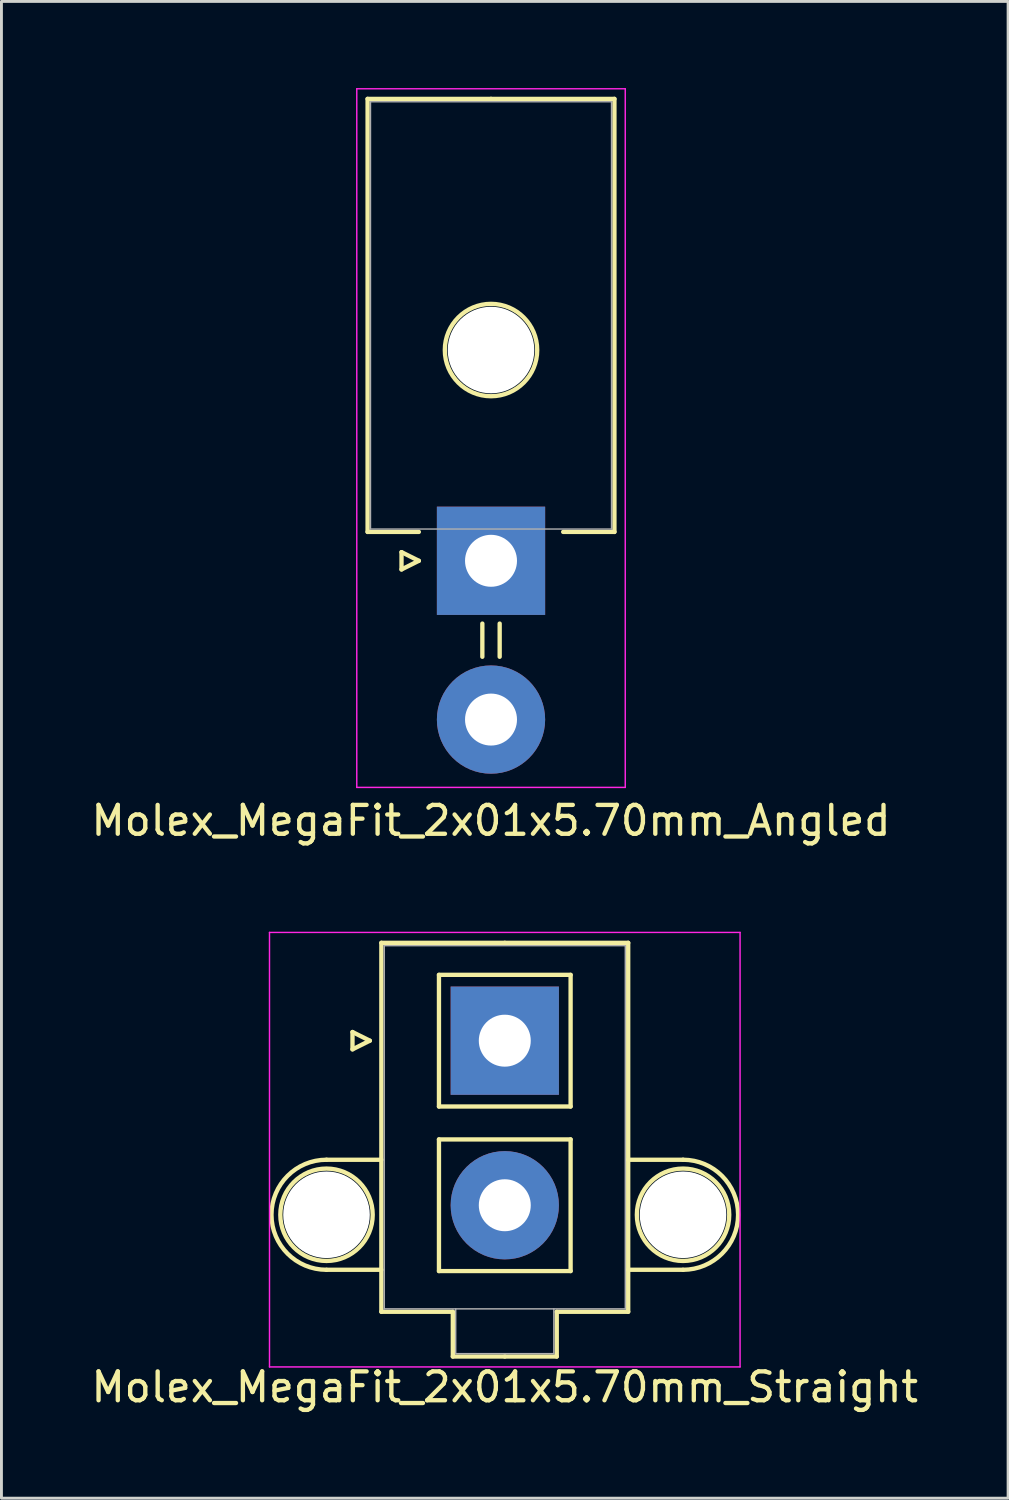
<source format=kicad_pcb>
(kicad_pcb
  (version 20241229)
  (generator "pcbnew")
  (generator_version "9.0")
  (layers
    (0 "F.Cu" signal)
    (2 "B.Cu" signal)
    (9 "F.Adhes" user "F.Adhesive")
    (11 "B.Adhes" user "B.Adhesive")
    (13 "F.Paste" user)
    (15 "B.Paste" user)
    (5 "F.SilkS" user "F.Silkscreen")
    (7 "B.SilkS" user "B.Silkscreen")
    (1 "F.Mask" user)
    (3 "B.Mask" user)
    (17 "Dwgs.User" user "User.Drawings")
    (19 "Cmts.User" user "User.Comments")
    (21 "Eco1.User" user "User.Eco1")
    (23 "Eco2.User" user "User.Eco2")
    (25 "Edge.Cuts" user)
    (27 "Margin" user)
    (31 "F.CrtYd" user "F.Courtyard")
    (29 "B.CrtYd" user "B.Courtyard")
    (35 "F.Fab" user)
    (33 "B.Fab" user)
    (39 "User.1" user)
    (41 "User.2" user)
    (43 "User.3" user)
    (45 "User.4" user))
  (footprint "Molex_MegaFit_2x01x5.70mm_Angled"
    (layer "F.Cu")
    (at 13.958 16.375)
    (property "Reference" "Molex_MegaFit_2x01x5.70mm_Angled" (at 0 9 0) (layer "F.SilkS") (effects (font (size 1 1) (thickness 0.15))))
    (attr through_hole)
    (fp_line (start -4.275 -16) (end -4.275 -1) (stroke (width 0.15) (type solid)) (layer "F.SilkS"))
    (fp_line (start -4.275 -1) (end -2.5 -1) (stroke (width 0.15) (type solid)) (layer "F.SilkS"))
    (fp_line (start -3.1 -0.3) (end -2.5 0) (stroke (width 0.15) (type solid)) (layer "F.SilkS"))
    (fp_line (start -3.1 0.3) (end -3.1 -0.3) (stroke (width 0.15) (type solid)) (layer "F.SilkS"))
    (fp_line (start -2.5 0) (end -3.1 0.3) (stroke (width 0.15) (type solid)) (layer "F.SilkS"))
    (fp_line (start -0.3 2.175) (end -0.3 3.325) (stroke (width 0.15) (type solid)) (layer "F.SilkS"))
    (fp_line (start 0 -16) (end -4.275 -16) (stroke (width 0.15) (type solid)) (layer "F.SilkS"))
    (fp_line (start 0 -16) (end 4.275 -16) (stroke (width 0.15) (type solid)) (layer "F.SilkS"))
    (fp_line (start 0.3 2.175) (end 0.3 3.325) (stroke (width 0.15) (type solid)) (layer "F.SilkS"))
    (fp_line (start 4.275 -16) (end 4.275 -1) (stroke (width 0.15) (type solid)) (layer "F.SilkS"))
    (fp_line (start 4.275 -1) (end 2.5 -1) (stroke (width 0.15) (type solid)) (layer "F.SilkS"))
    (fp_circle (center 0 -7.3) (end 1.6 -7.3) (stroke (width 0.15) (type solid)) (fill no) (layer "F.SilkS"))
    (fp_line (start -4.65 -16.35) (end -4.65 7.85) (stroke (width 0.05) (type solid)) (layer "F.CrtYd"))
    (fp_line (start -4.65 7.85) (end 4.65 7.85) (stroke (width 0.05) (type solid)) (layer "F.CrtYd"))
    (fp_line (start 4.65 -16.35) (end -4.65 -16.35) (stroke (width 0.05) (type solid)) (layer "F.CrtYd"))
    (fp_line (start 4.65 7.85) (end 4.65 -16.35) (stroke (width 0.05) (type solid)) (layer "F.CrtYd"))
    (fp_line (start -4.175 -15.9) (end -4.175 -1.1) (stroke (width 0.05) (type solid)) (layer "F.Fab"))
    (fp_line (start -4.175 -1.1) (end 4.175 -1.1) (stroke (width 0.05) (type solid)) (layer "F.Fab"))
    (fp_line (start 4.175 -15.9) (end -4.175 -15.9) (stroke (width 0.05) (type solid)) (layer "F.Fab"))
    (fp_line (start 4.175 -1.1) (end 4.175 -15.9) (stroke (width 0.05) (type solid)) (layer "F.Fab"))
    (pad "" np_thru_hole circle (at 0 -7.3) (size 3 3) (drill 3) (layers "*.Cu"))
    (pad "1" thru_hole rect (at 0 0) (size 3.75 3.75) (drill 1.8) (layers "*.Cu" "*.Mask"))
    (pad "2" thru_hole circle (at 0 5.5) (size 3.75 3.75) (drill 1.8) (layers "*.Cu" "*.Mask")))
  (footprint "Molex_MegaFit_2x01x5.70mm_Straight"
    (layer "F.Cu")
    (at 14.435 32.998)
    (property "Reference" "Molex_MegaFit_2x01x5.70mm_Straight" (at 0 12 0) (layer "F.SilkS") (effects (font (size 1 1) (thickness 0.15))))
    (attr through_hole)
    (fp_line (start -6.175 4.124) (end -4.275 4.124) (stroke (width 0.15) (type solid)) (layer "F.SilkS"))
    (fp_line (start -6.175 7.936) (end -4.275 7.936) (stroke (width 0.15) (type solid)) (layer "F.SilkS"))
    (fp_line (start -5.275 -0.3) (end -4.675 0) (stroke (width 0.15) (type solid)) (layer "F.SilkS"))
    (fp_line (start -5.275 0.3) (end -5.275 -0.3) (stroke (width 0.15) (type solid)) (layer "F.SilkS"))
    (fp_line (start -4.675 0) (end -5.275 0.3) (stroke (width 0.15) (type solid)) (layer "F.SilkS"))
    (fp_line (start -4.275 -3.39) (end -4.275 9.39) (stroke (width 0.15) (type solid)) (layer "F.SilkS"))
    (fp_line (start -4.275 9.39) (end -1.8 9.39) (stroke (width 0.15) (type solid)) (layer "F.SilkS"))
    (fp_line (start -2.28 -2.28) (end -2.28 2.28) (stroke (width 0.15) (type solid)) (layer "F.SilkS"))
    (fp_line (start -2.28 2.28) (end 2.28 2.28) (stroke (width 0.15) (type solid)) (layer "F.SilkS"))
    (fp_line (start -2.28 3.42) (end -2.28 7.98) (stroke (width 0.15) (type solid)) (layer "F.SilkS"))
    (fp_line (start -2.28 7.98) (end 2.28 7.98) (stroke (width 0.15) (type solid)) (layer "F.SilkS"))
    (fp_line (start -1.8 9.39) (end -1.8 10.94) (stroke (width 0.15) (type solid)) (layer "F.SilkS"))
    (fp_line (start -1.8 10.94) (end 0 10.94) (stroke (width 0.15) (type solid)) (layer "F.SilkS"))
    (fp_line (start 0 -3.39) (end -4.275 -3.39) (stroke (width 0.15) (type solid)) (layer "F.SilkS"))
    (fp_line (start 0 -3.39) (end 4.275 -3.39) (stroke (width 0.15) (type solid)) (layer "F.SilkS"))
    (fp_line (start 1.8 9.39) (end 1.8 10.94) (stroke (width 0.15) (type solid)) (layer "F.SilkS"))
    (fp_line (start 1.8 10.94) (end 0 10.94) (stroke (width 0.15) (type solid)) (layer "F.SilkS"))
    (fp_line (start 2.28 -2.28) (end -2.28 -2.28) (stroke (width 0.15) (type solid)) (layer "F.SilkS"))
    (fp_line (start 2.28 2.28) (end 2.28 -2.28) (stroke (width 0.15) (type solid)) (layer "F.SilkS"))
    (fp_line (start 2.28 3.42) (end -2.28 3.42) (stroke (width 0.15) (type solid)) (layer "F.SilkS"))
    (fp_line (start 2.28 7.98) (end 2.28 3.42) (stroke (width 0.15) (type solid)) (layer "F.SilkS"))
    (fp_line (start 4.275 -3.39) (end 4.275 9.39) (stroke (width 0.15) (type solid)) (layer "F.SilkS"))
    (fp_line (start 4.275 9.39) (end 1.8 9.39) (stroke (width 0.15) (type solid)) (layer "F.SilkS"))
    (fp_line (start 6.175 4.124) (end 4.275 4.124) (stroke (width 0.15) (type solid)) (layer "F.SilkS"))
    (fp_line (start 6.175 7.936) (end 4.275 7.936) (stroke (width 0.15) (type solid)) (layer "F.SilkS"))
    (fp_arc (start -6.175 7.93625) (mid -8.08125 6.03) (end -6.175 4.12375) (stroke (width 0.15) (type solid)) (layer "F.SilkS"))
    (fp_arc (start 6.175 4.12375) (mid 8.08125 6.03) (end 6.175 7.93625) (stroke (width 0.15) (type solid)) (layer "F.SilkS"))
    (fp_circle (center -6.175 6.03) (end -4.575 6.03) (stroke (width 0.15) (type solid)) (fill no) (layer "F.SilkS"))
    (fp_circle (center 6.175 6.03) (end 7.775 6.03) (stroke (width 0.15) (type solid)) (fill no) (layer "F.SilkS"))
    (fp_line (start -8.15 -3.75) (end -8.15 11.3) (stroke (width 0.05) (type solid)) (layer "F.CrtYd"))
    (fp_line (start -8.15 11.3) (end 8.15 11.3) (stroke (width 0.05) (type solid)) (layer "F.CrtYd"))
    (fp_line (start 8.15 -3.75) (end -8.15 -3.75) (stroke (width 0.05) (type solid)) (layer "F.CrtYd"))
    (fp_line (start 8.15 11.3) (end 8.15 -3.75) (stroke (width 0.05) (type solid)) (layer "F.CrtYd"))
    (fp_line (start -4.175 -3.29) (end -4.175 9.29) (stroke (width 0.05) (type solid)) (layer "F.Fab"))
    (fp_line (start -4.175 9.29) (end 4.175 9.29) (stroke (width 0.05) (type solid)) (layer "F.Fab"))
    (fp_line (start -1.7 9.29) (end -1.7 10.84) (stroke (width 0.05) (type solid)) (layer "F.Fab"))
    (fp_line (start -1.7 10.84) (end 1.7 10.84) (stroke (width 0.05) (type solid)) (layer "F.Fab"))
    (fp_line (start 1.7 10.84) (end 1.7 9.29) (stroke (width 0.05) (type solid)) (layer "F.Fab"))
    (fp_line (start 4.175 -3.29) (end -4.175 -3.29) (stroke (width 0.05) (type solid)) (layer "F.Fab"))
    (fp_line (start 4.175 9.29) (end 4.175 -3.29) (stroke (width 0.05) (type solid)) (layer "F.Fab"))
    (pad "" np_thru_hole circle (at -6.175 6.03) (size 3 3) (drill 3) (layers "*.Cu"))
    (pad "" np_thru_hole circle (at 6.175 6.03) (size 3 3) (drill 3) (layers "*.Cu"))
    (pad "1" thru_hole rect (at 0 0) (size 3.75 3.75) (drill 1.8) (layers "*.Cu" "*.Mask"))
    (pad "2" thru_hole circle (at 0 5.7) (size 3.75 3.75) (drill 1.8) (layers "*.Cu" "*.Mask")))
  (gr_rect
    (start -3 -3)
    (end 31.869 48.846)
    (stroke (width 0.1) (type default))
    (fill no)
    (layer "Edge.Cuts")))
</source>
